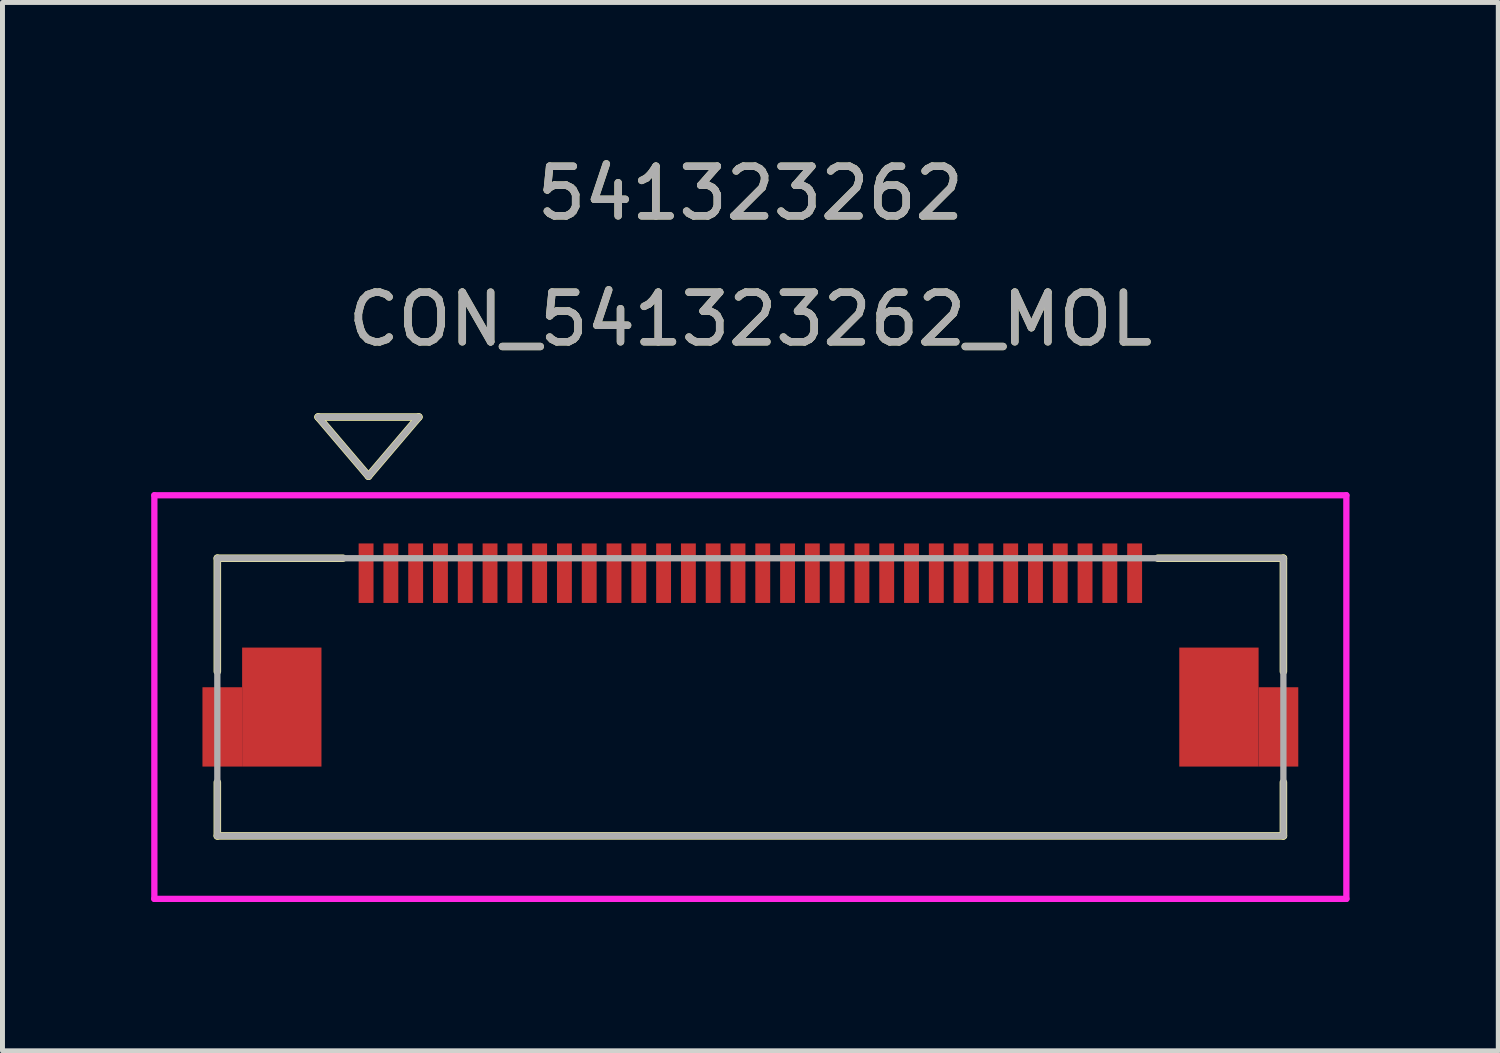
<source format=kicad_pcb>
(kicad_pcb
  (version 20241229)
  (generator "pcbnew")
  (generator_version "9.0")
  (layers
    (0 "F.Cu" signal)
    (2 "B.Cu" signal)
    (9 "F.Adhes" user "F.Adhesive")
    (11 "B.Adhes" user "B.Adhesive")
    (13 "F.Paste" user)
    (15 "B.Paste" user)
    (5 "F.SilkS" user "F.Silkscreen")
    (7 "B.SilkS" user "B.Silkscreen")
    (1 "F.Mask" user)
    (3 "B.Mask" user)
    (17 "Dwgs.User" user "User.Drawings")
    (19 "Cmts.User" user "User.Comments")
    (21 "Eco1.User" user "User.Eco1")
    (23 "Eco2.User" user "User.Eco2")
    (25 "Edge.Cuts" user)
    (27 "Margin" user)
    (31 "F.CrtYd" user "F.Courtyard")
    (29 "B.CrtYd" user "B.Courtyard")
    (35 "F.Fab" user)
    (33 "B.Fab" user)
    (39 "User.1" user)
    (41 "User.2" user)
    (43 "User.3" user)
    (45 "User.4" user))
  (footprint "CON_541323262_MOL"
    (layer "F.Cu")
    (at 12.083 11.008)
    (property "Reference" "CON_541323262_MOL" (at 0 -7.62 0) (unlocked yes) (layer "F.SilkS") (effects (font (size 1 1) (thickness 0.15))))
    (attr smd)
    (fp_poly (pts (xy -11.05 1.402) (xy -11.05 -0.198) (xy -10.25 -0.198) (xy -10.25 1.402)) (stroke (width 0) (type solid)) (fill yes) (layer "F.Cu"))
    (fp_poly (pts (xy 11.05 1.402) (xy 11.05 -0.198) (xy 10.25 -0.198) (xy 10.25 1.402)) (stroke (width 0) (type solid)) (fill yes) (layer "F.Cu"))
    (fp_poly (pts (xy -11.05 1.402) (xy -11.05 -0.198) (xy -10.25 -0.198) (xy -10.25 1.402)) (stroke (width 0) (type solid)) (fill yes) (layer "F.Mask"))
    (fp_poly (pts (xy 11.05 1.402) (xy 11.05 -0.198) (xy 10.25 -0.198) (xy 10.25 1.402)) (stroke (width 0) (type solid)) (fill yes) (layer "F.Mask"))
    (fp_line (start -10.75 -2.8) (end -10.75 -0.516) (stroke (width 0.152) (type solid)) (layer "F.SilkS"))
    (fp_line (start -10.75 1.719) (end -10.75 2.8) (stroke (width 0.152) (type solid)) (layer "F.SilkS"))
    (fp_line (start -10.75 2.8) (end 10.75 2.8) (stroke (width 0.152) (type solid)) (layer "F.SilkS"))
    (fp_line (start -8.718 -5.648) (end -7.702 -4.454) (stroke (width 0.152) (type solid)) (layer "F.SilkS"))
    (fp_line (start -8.718 -5.648) (end -6.686 -5.648) (stroke (width 0.152) (type solid)) (layer "F.SilkS"))
    (fp_line (start -8.217 -2.8) (end -10.75 -2.8) (stroke (width 0.152) (type solid)) (layer "F.SilkS"))
    (fp_line (start -6.686 -5.648) (end -7.702 -4.454) (stroke (width 0.152) (type solid)) (layer "F.SilkS"))
    (fp_line (start 10.75 -2.8) (end 8.218 -2.8) (stroke (width 0.152) (type solid)) (layer "F.SilkS"))
    (fp_line (start 10.75 -0.516) (end 10.75 -2.8) (stroke (width 0.152) (type solid)) (layer "F.SilkS"))
    (fp_line (start 10.75 2.8) (end 10.75 1.719) (stroke (width 0.152) (type solid)) (layer "F.SilkS"))
    (fp_poly (pts (xy -11.05 1.402) (xy -11.05 -0.198) (xy -10.25 -0.198) (xy -10.25 1.402)) (stroke (width 0) (type solid)) (fill yes) (layer "F.Paste"))
    (fp_poly (pts (xy 11.05 1.402) (xy 11.05 -0.198) (xy 10.25 -0.198) (xy 10.25 1.402)) (stroke (width 0) (type solid)) (fill yes) (layer "F.Paste"))
    (fp_line (start -12.02 -4.07) (end -12.02 4.07) (stroke (width 0.127) (type solid)) (layer "F.CrtYd"))
    (fp_line (start -12.02 4.07) (end 12.02 4.07) (stroke (width 0.127) (type solid)) (layer "F.CrtYd"))
    (fp_line (start 12.02 -4.07) (end -12.02 -4.07) (stroke (width 0.127) (type solid)) (layer "F.CrtYd"))
    (fp_line (start 12.02 4.07) (end 12.02 -4.07) (stroke (width 0.127) (type solid)) (layer "F.CrtYd"))
    (fp_line (start -10.75 -2.8) (end -10.75 2.8) (stroke (width 0.127) (type solid)) (layer "F.Fab"))
    (fp_line (start -10.75 2.8) (end 10.75 2.8) (stroke (width 0.127) (type solid)) (layer "F.Fab"))
    (fp_line (start -8.718 -5.648) (end -7.702 -4.454) (stroke (width 0.127) (type solid)) (layer "F.Fab"))
    (fp_line (start -8.718 -5.648) (end -6.686 -5.648) (stroke (width 0.127) (type solid)) (layer "F.Fab"))
    (fp_line (start -6.686 -5.648) (end -7.702 -4.454) (stroke (width 0.127) (type solid)) (layer "F.Fab"))
    (fp_line (start 10.75 -2.8) (end -10.75 -2.8) (stroke (width 0.127) (type solid)) (layer "F.Fab"))
    (fp_line (start 10.75 2.8) (end 10.75 -2.8) (stroke (width 0.127) (type solid)) (layer "F.Fab"))
    (fp_text user "541323262" (at 0 -10.16 0) (unlocked yes) (layer "F.SilkS") (effects (font (size 1 1) (thickness 0.15))))
    (fp_text user "${REFERENCE}" (at 0 -7.62 0) (unlocked yes) (layer "F.Fab") (effects (font (size 1 1) (thickness 0.15))))
    (fp_text user "541323262" (at 0 -10.16 0) (unlocked yes) (layer "F.Fab") (effects (font (size 1 1) (thickness 0.15))))
    (pad "1" smd rect (at -7.75 -2.498) (size 0.3 1.2) (layers "F.Cu" "F.Mask" "F.Paste"))
    (pad "2" smd rect (at -7.25 -2.498) (size 0.3 1.2) (layers "F.Cu" "F.Mask" "F.Paste"))
    (pad "3" smd rect (at -6.75 -2.498) (size 0.3 1.2) (layers "F.Cu" "F.Mask" "F.Paste"))
    (pad "4" smd rect (at -6.25 -2.498) (size 0.3 1.2) (layers "F.Cu" "F.Mask" "F.Paste"))
    (pad "5" smd rect (at -5.75 -2.498) (size 0.3 1.2) (layers "F.Cu" "F.Mask" "F.Paste"))
    (pad "6" smd rect (at -5.25 -2.498) (size 0.3 1.2) (layers "F.Cu" "F.Mask" "F.Paste"))
    (pad "7" smd rect (at -4.75 -2.498) (size 0.3 1.2) (layers "F.Cu" "F.Mask" "F.Paste"))
    (pad "8" smd rect (at -4.25 -2.498) (size 0.3 1.2) (layers "F.Cu" "F.Mask" "F.Paste"))
    (pad "9" smd rect (at -3.75 -2.498) (size 0.3 1.2) (layers "F.Cu" "F.Mask" "F.Paste"))
    (pad "10" smd rect (at -3.25 -2.498) (size 0.3 1.2) (layers "F.Cu" "F.Mask" "F.Paste"))
    (pad "11" smd rect (at -2.75 -2.498) (size 0.3 1.2) (layers "F.Cu" "F.Mask" "F.Paste"))
    (pad "12" smd rect (at -2.25 -2.498) (size 0.3 1.2) (layers "F.Cu" "F.Mask" "F.Paste"))
    (pad "13" smd rect (at -1.75 -2.498) (size 0.3 1.2) (layers "F.Cu" "F.Mask" "F.Paste"))
    (pad "14" smd rect (at -1.25 -2.498) (size 0.3 1.2) (layers "F.Cu" "F.Mask" "F.Paste"))
    (pad "15" smd rect (at -0.75 -2.498) (size 0.3 1.2) (layers "F.Cu" "F.Mask" "F.Paste"))
    (pad "16" smd rect (at -0.25 -2.498) (size 0.3 1.2) (layers "F.Cu" "F.Mask" "F.Paste"))
    (pad "17" smd rect (at 0.25 -2.498) (size 0.3 1.2) (layers "F.Cu" "F.Mask" "F.Paste"))
    (pad "18" smd rect (at 0.75 -2.498) (size 0.3 1.2) (layers "F.Cu" "F.Mask" "F.Paste"))
    (pad "19" smd rect (at 1.25 -2.498) (size 0.3 1.2) (layers "F.Cu" "F.Mask" "F.Paste"))
    (pad "20" smd rect (at 1.75 -2.498) (size 0.3 1.2) (layers "F.Cu" "F.Mask" "F.Paste"))
    (pad "21" smd rect (at 2.25 -2.498) (size 0.3 1.2) (layers "F.Cu" "F.Mask" "F.Paste"))
    (pad "22" smd rect (at 2.75 -2.498) (size 0.3 1.2) (layers "F.Cu" "F.Mask" "F.Paste"))
    (pad "23" smd rect (at 3.25 -2.498) (size 0.3 1.2) (layers "F.Cu" "F.Mask" "F.Paste"))
    (pad "24" smd rect (at 3.75 -2.498) (size 0.3 1.2) (layers "F.Cu" "F.Mask" "F.Paste"))
    (pad "25" smd rect (at 4.25 -2.498) (size 0.3 1.2) (layers "F.Cu" "F.Mask" "F.Paste"))
    (pad "26" smd rect (at 4.75 -2.498) (size 0.3 1.2) (layers "F.Cu" "F.Mask" "F.Paste"))
    (pad "27" smd rect (at 5.25 -2.498) (size 0.3 1.2) (layers "F.Cu" "F.Mask" "F.Paste"))
    (pad "28" smd rect (at 5.75 -2.498) (size 0.3 1.2) (layers "F.Cu" "F.Mask" "F.Paste"))
    (pad "29" smd rect (at 6.25 -2.498) (size 0.3 1.2) (layers "F.Cu" "F.Mask" "F.Paste"))
    (pad "30" smd rect (at 6.75 -2.498) (size 0.3 1.2) (layers "F.Cu" "F.Mask" "F.Paste"))
    (pad "31" smd rect (at 7.25 -2.498) (size 0.3 1.2) (layers "F.Cu" "F.Mask" "F.Paste"))
    (pad "32" smd rect (at 7.75 -2.498) (size 0.3 1.2) (layers "F.Cu" "F.Mask" "F.Paste"))
    (pad "P1" smd rect (at -9.45 0.202) (size 1.6 2.4) (layers "F.Cu" "F.Mask" "F.Paste"))
    (pad "P2" smd rect (at 9.45 0.202) (size 1.6 2.4) (layers "F.Cu" "F.Mask" "F.Paste")))
  (gr_rect
    (start -3 -3)
    (end 27.167 18.142)
    (stroke (width 0.1) (type default))
    (fill no)
    (layer "Edge.Cuts")))
</source>
